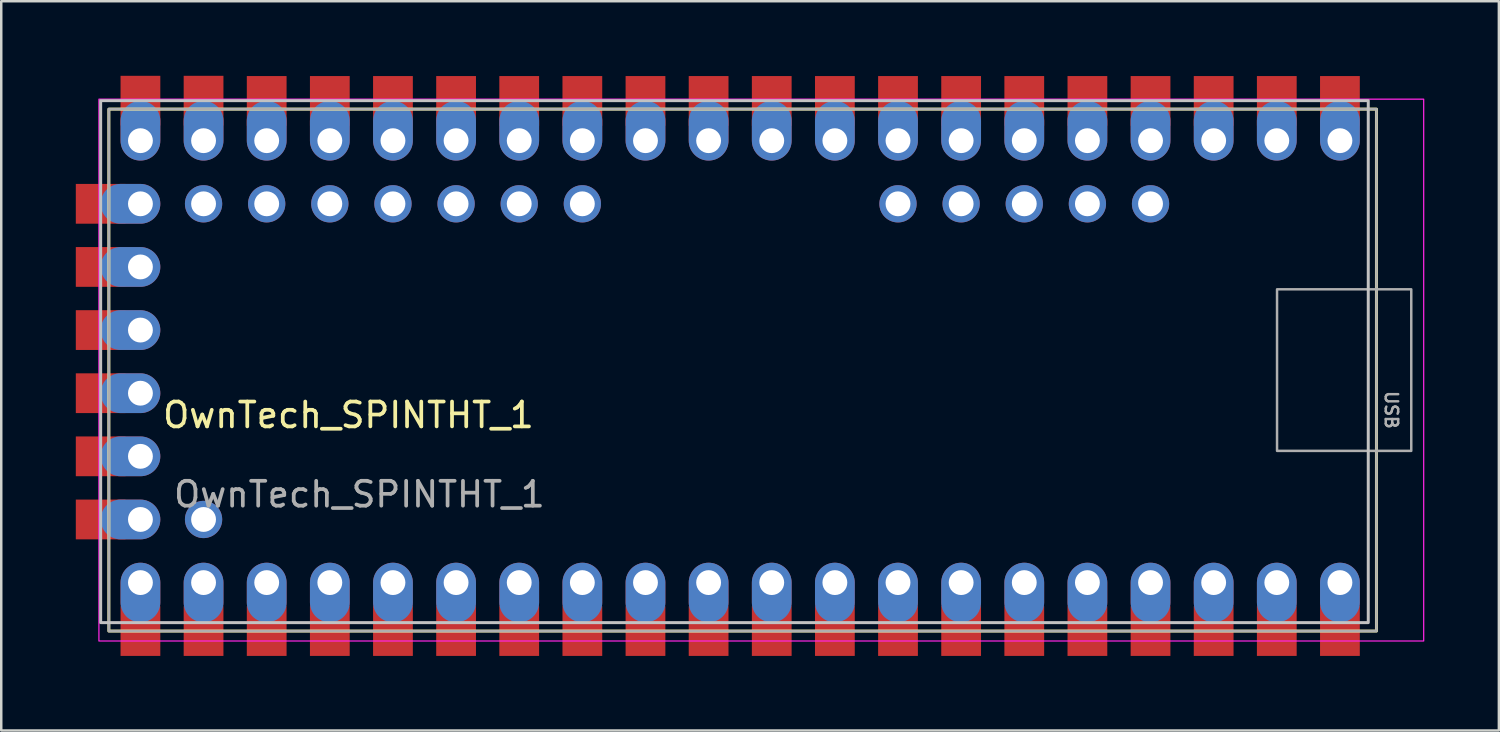
<source format=kicad_pcb>
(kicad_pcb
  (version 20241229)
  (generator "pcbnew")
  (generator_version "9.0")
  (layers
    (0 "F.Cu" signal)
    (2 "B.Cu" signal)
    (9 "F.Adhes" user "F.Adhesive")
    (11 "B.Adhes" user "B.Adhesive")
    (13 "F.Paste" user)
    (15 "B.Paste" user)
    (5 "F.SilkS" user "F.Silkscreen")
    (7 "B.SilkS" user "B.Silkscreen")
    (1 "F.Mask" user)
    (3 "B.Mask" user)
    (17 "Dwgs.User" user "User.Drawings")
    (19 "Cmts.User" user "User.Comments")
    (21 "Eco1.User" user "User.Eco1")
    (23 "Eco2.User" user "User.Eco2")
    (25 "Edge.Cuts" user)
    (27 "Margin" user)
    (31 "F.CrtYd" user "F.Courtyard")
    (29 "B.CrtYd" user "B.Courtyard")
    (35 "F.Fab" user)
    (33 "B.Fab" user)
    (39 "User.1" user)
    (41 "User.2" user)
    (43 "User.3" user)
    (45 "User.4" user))
  (footprint "OwnTech_SPINTHT_1"
    (layer "F.Cu")
    (at 2.6 2.61)
    (property "Reference" "OwnTech_SPINTHT_1" (at 8.37 11.04 0) (unlocked yes) (layer "F.SilkS") (effects (font (size 1 1) (thickness 0.15))))
    (attr smd)
    (fp_rect (start -1.27 -1.27) (end 49.73 19.73) (stroke (width 0.12) (type solid)) (fill no) (layer "F.SilkS"))
    (fp_rect (start -1.6 -1.61) (end 49.4 19.39) (stroke (width 0.12) (type solid)) (fill no) (layer "Dwgs.User"))
    (fp_rect (start -1.67 -1.67) (end 51.63 20.13) (stroke (width 0.05) (type solid)) (fill no) (layer "F.CrtYd"))
    (fp_rect (start -1.27 -1.27) (end 49.73 19.73) (stroke (width 0.1) (type solid)) (fill no) (layer "F.Fab"))
    (fp_rect (start 45.73 5.98) (end 51.13 12.48) (stroke (width 0.1) (type solid)) (fill no) (layer "F.Fab"))
    (fp_text user "USB" (at 50.33 10.83 270) (unlocked yes) (layer "F.Fab") (effects (font (size 0.5 0.5) (thickness 0.1))))
    (fp_text user "${REFERENCE}" (at 8.81 14.23 0) (unlocked yes) (layer "F.Fab") (effects (font (size 1 1) (thickness 0.15))))
    (pad "1" smd rect (at 48.26 -1.6) (size 1.6 2) (layers "F.Cu" "F.Mask" "F.Paste"))
    (pad "1" thru_hole oval (at 48.26 0) (size 1.6 2.4) (drill 1 (offset 0 -0.4)) (layers "*.Cu" "*.Mask"))
    (pad "2" smd rect (at 45.72 -1.6) (size 1.6 2) (layers "F.Cu" "F.Mask" "F.Paste"))
    (pad "2" thru_hole oval (at 45.72 0) (size 1.6 2.4) (drill 1 (offset 0 -0.4)) (layers "*.Cu" "*.Mask"))
    (pad "3" smd rect (at 43.18 -1.6) (size 1.6 2) (layers "F.Cu" "F.Mask" "F.Paste"))
    (pad "3" thru_hole oval (at 43.18 0) (size 1.6 2.4) (drill 1 (offset 0 -0.4)) (layers "*.Cu" "*.Mask"))
    (pad "4" smd rect (at 40.64 -1.6) (size 1.6 2) (layers "F.Cu" "F.Mask" "F.Paste"))
    (pad "4" thru_hole oval (at 40.64 0) (size 1.6 2.4) (drill 1 (offset 0 -0.4)) (layers "*.Cu" "*.Mask"))
    (pad "5" smd rect (at 38.1 -1.6) (size 1.6 2) (layers "F.Cu" "F.Mask" "F.Paste"))
    (pad "5" thru_hole oval (at 38.1 0) (size 1.6 2.4) (drill 1 (offset 0 -0.4)) (layers "*.Cu" "*.Mask"))
    (pad "6" smd rect (at 35.56 -1.6) (size 1.6 2) (layers "F.Cu" "F.Mask" "F.Paste"))
    (pad "6" thru_hole oval (at 35.56 0) (size 1.6 2.4) (drill 1 (offset 0 -0.4)) (layers "*.Cu" "*.Mask"))
    (pad "7" smd rect (at 33.02 -1.6) (size 1.6 2) (layers "F.Cu" "F.Mask" "F.Paste"))
    (pad "7" thru_hole oval (at 33.02 0) (size 1.6 2.4) (drill 1 (offset 0 -0.4)) (layers "*.Cu" "*.Mask"))
    (pad "8" smd rect (at 30.48 -1.6) (size 1.6 2) (layers "F.Cu" "F.Mask" "F.Paste"))
    (pad "8" thru_hole oval (at 30.48 0) (size 1.6 2.4) (drill 1 (offset 0 -0.4)) (layers "*.Cu" "*.Mask"))
    (pad "9" smd rect (at 27.94 -1.6) (size 1.6 2) (layers "F.Cu" "F.Mask" "F.Paste"))
    (pad "9" thru_hole oval (at 27.94 0) (size 1.6 2.4) (drill 1 (offset 0 -0.4)) (layers "*.Cu" "*.Mask"))
    (pad "10" smd rect (at 25.4 -1.6) (size 1.6 2) (layers "F.Cu" "F.Mask" "F.Paste"))
    (pad "10" thru_hole oval (at 25.4 0) (size 1.6 2.4) (drill 1 (offset 0 -0.4)) (layers "*.Cu" "*.Mask"))
    (pad "11" smd rect (at 22.86 -1.6) (size 1.6 2) (layers "F.Cu" "F.Mask" "F.Paste"))
    (pad "11" thru_hole oval (at 22.86 0) (size 1.6 2.4) (drill 1 (offset 0 -0.4)) (layers "*.Cu" "*.Mask"))
    (pad "12" smd rect (at 20.32 -1.6) (size 1.6 2) (layers "F.Cu" "F.Mask" "F.Paste"))
    (pad "12" thru_hole oval (at 20.32 0) (size 1.6 2.4) (drill 1 (offset 0 -0.4)) (layers "*.Cu" "*.Mask"))
    (pad "13" smd rect (at 17.78 -1.6) (size 1.6 2) (layers "F.Cu" "F.Mask" "F.Paste"))
    (pad "13" thru_hole oval (at 17.78 0) (size 1.6 2.4) (drill 1 (offset 0 -0.4)) (layers "*.Cu" "*.Mask"))
    (pad "14" smd rect (at 15.24 -1.6) (size 1.6 2) (layers "F.Cu" "F.Mask" "F.Paste"))
    (pad "14" thru_hole oval (at 15.24 0) (size 1.6 2.4) (drill 1 (offset 0 -0.4)) (layers "*.Cu" "*.Mask"))
    (pad "15" smd rect (at 12.7 -1.6) (size 1.6 2) (layers "F.Cu" "F.Mask" "F.Paste"))
    (pad "15" thru_hole oval (at 12.7 0) (size 1.6 2.4) (drill 1 (offset 0 -0.4)) (layers "*.Cu" "*.Mask"))
    (pad "16" smd rect (at 10.16 -1.6) (size 1.6 2) (layers "F.Cu" "F.Mask" "F.Paste"))
    (pad "16" thru_hole oval (at 10.16 0) (size 1.6 2.4) (drill 1 (offset 0 -0.4)) (layers "*.Cu" "*.Mask"))
    (pad "17" smd rect (at 7.62 -1.6) (size 1.6 2) (layers "F.Cu" "F.Mask" "F.Paste"))
    (pad "17" thru_hole oval (at 7.62 0) (size 1.6 2.4) (drill 1 (offset 0 -0.4)) (layers "*.Cu" "*.Mask"))
    (pad "18" smd rect (at 5.08 -1.6) (size 1.6 2) (layers "F.Cu" "F.Mask" "F.Paste"))
    (pad "18" thru_hole oval (at 5.08 0) (size 1.6 2.4) (drill 1 (offset 0 -0.4)) (layers "*.Cu" "*.Mask"))
    (pad "19" smd rect (at 2.54 -1.61) (size 1.6 2) (layers "F.Cu" "F.Mask" "F.Paste"))
    (pad "19" thru_hole oval (at 2.54 0) (size 1.6 2.4) (drill 1 (offset 0 -0.4)) (layers "*.Cu" "*.Mask"))
    (pad "20" smd rect (at 0 -1.61) (size 1.6 2) (layers "F.Cu" "F.Mask" "F.Paste"))
    (pad "20" thru_hole oval (at 0 0) (size 1.6 2.4) (drill 1 (offset 0 -0.4)) (layers "*.Cu" "*.Mask"))
    (pad "21" thru_hole oval (at 0 17.78 180) (size 1.6 2.4) (drill 1 (offset 0 -0.4)) (layers "*.Cu" "*.Mask"))
    (pad "21" smd rect (at 0 19.73 180) (size 1.6 2) (layers "F.Cu" "F.Mask" "F.Paste"))
    (pad "22" thru_hole oval (at 2.54 17.78 180) (size 1.6 2.4) (drill 1 (offset 0 -0.4)) (layers "*.Cu" "*.Mask"))
    (pad "22" smd rect (at 2.54 19.73 180) (size 1.6 2) (layers "F.Cu" "F.Mask" "F.Paste"))
    (pad "23" thru_hole oval (at 5.08 17.78 180) (size 1.6 2.4) (drill 1 (offset 0 -0.4)) (layers "*.Cu" "*.Mask"))
    (pad "23" smd rect (at 5.08 19.73 180) (size 1.6 2) (layers "F.Cu" "F.Mask" "F.Paste"))
    (pad "24" thru_hole oval (at 7.62 17.78 180) (size 1.6 2.4) (drill 1 (offset 0 -0.4)) (layers "*.Cu" "*.Mask"))
    (pad "24" smd rect (at 7.62 19.73 180) (size 1.6 2) (layers "F.Cu" "F.Mask" "F.Paste"))
    (pad "25" thru_hole oval (at 10.16 17.78 180) (size 1.6 2.4) (drill 1 (offset 0 -0.4)) (layers "*.Cu" "*.Mask"))
    (pad "25" smd rect (at 10.16 19.73 180) (size 1.6 2) (layers "F.Cu" "F.Mask" "F.Paste"))
    (pad "26" thru_hole oval (at 12.7 17.78 180) (size 1.6 2.4) (drill 1 (offset 0 -0.4)) (layers "*.Cu" "*.Mask"))
    (pad "26" smd rect (at 12.7 19.73 180) (size 1.6 2) (layers "F.Cu" "F.Mask" "F.Paste"))
    (pad "27" thru_hole oval (at 15.24 17.78 180) (size 1.6 2.4) (drill 1 (offset 0 -0.4)) (layers "*.Cu" "*.Mask"))
    (pad "27" smd rect (at 15.24 19.73 180) (size 1.6 2) (layers "F.Cu" "F.Mask" "F.Paste"))
    (pad "28" thru_hole oval (at 17.78 17.78 180) (size 1.6 2.4) (drill 1 (offset 0 -0.4)) (layers "*.Cu" "*.Mask"))
    (pad "28" smd rect (at 17.78 19.73 180) (size 1.6 2) (layers "F.Cu" "F.Mask" "F.Paste"))
    (pad "29" thru_hole oval (at 20.32 17.78 180) (size 1.6 2.4) (drill 1 (offset 0 -0.4)) (layers "*.Cu" "*.Mask"))
    (pad "29" smd rect (at 20.32 19.73 180) (size 1.6 2) (layers "F.Cu" "F.Mask" "F.Paste"))
    (pad "30" thru_hole oval (at 22.86 17.78 180) (size 1.6 2.4) (drill 1 (offset 0 -0.4)) (layers "*.Cu" "*.Mask"))
    (pad "30" smd rect (at 22.86 19.73 180) (size 1.6 2) (layers "F.Cu" "F.Mask" "F.Paste"))
    (pad "31" thru_hole oval (at 25.4 17.78 180) (size 1.6 2.4) (drill 1 (offset 0 -0.4)) (layers "*.Cu" "*.Mask"))
    (pad "31" smd rect (at 25.4 19.73 180) (size 1.6 2) (layers "F.Cu" "F.Mask" "F.Paste"))
    (pad "32" thru_hole oval (at 27.94 17.78 180) (size 1.6 2.4) (drill 1 (offset 0 -0.4)) (layers "*.Cu" "*.Mask"))
    (pad "32" smd rect (at 27.94 19.73 180) (size 1.6 2) (layers "F.Cu" "F.Mask" "F.Paste"))
    (pad "33" thru_hole oval (at 30.48 17.78 180) (size 1.6 2.4) (drill 1 (offset 0 -0.4)) (layers "*.Cu" "*.Mask"))
    (pad "33" smd rect (at 30.48 19.73 180) (size 1.6 2) (layers "F.Cu" "F.Mask" "F.Paste"))
    (pad "34" thru_hole oval (at 33.02 17.78 180) (size 1.6 2.4) (drill 1 (offset 0 -0.4)) (layers "*.Cu" "*.Mask"))
    (pad "34" smd rect (at 33.02 19.73 180) (size 1.6 2) (layers "F.Cu" "F.Mask" "F.Paste"))
    (pad "35" thru_hole oval (at 35.56 17.78 180) (size 1.6 2.4) (drill 1 (offset 0 -0.4)) (layers "*.Cu" "*.Mask"))
    (pad "35" smd rect (at 35.56 19.73 180) (size 1.6 2) (layers "F.Cu" "F.Mask" "F.Paste"))
    (pad "36" thru_hole oval (at 38.1 17.78 180) (size 1.6 2.4) (drill 1 (offset 0 -0.4)) (layers "*.Cu" "*.Mask"))
    (pad "36" smd rect (at 38.1 19.73 180) (size 1.6 2) (layers "F.Cu" "F.Mask" "F.Paste"))
    (pad "37" thru_hole oval (at 40.64 17.78 180) (size 1.6 2.4) (drill 1 (offset 0 -0.4)) (layers "*.Cu" "*.Mask"))
    (pad "37" smd rect (at 40.64 19.73 180) (size 1.6 2) (layers "F.Cu" "F.Mask" "F.Paste"))
    (pad "38" thru_hole oval (at 43.18 17.78 180) (size 1.6 2.4) (drill 1 (offset 0 -0.4)) (layers "*.Cu" "*.Mask"))
    (pad "38" smd rect (at 43.18 19.73 180) (size 1.6 2) (layers "F.Cu" "F.Mask" "F.Paste"))
    (pad "39" thru_hole oval (at 45.72 17.78 180) (size 1.6 2.4) (drill 1 (offset 0 -0.4)) (layers "*.Cu" "*.Mask"))
    (pad "39" smd rect (at 45.72 19.73 180) (size 1.6 2) (layers "F.Cu" "F.Mask" "F.Paste"))
    (pad "40" thru_hole oval (at 48.26 17.78 180) (size 1.6 2.4) (drill 1 (offset 0 -0.4)) (layers "*.Cu" "*.Mask"))
    (pad "40" smd rect (at 48.26 19.73 180) (size 1.6 2) (layers "F.Cu" "F.Mask" "F.Paste"))
    (pad "41" thru_hole circle (at 40.64 2.54 90) (size 1.5 1.5) (drill 1) (property pad_prop_castellated) (layers "*.Cu" "*.Mask"))
    (pad "42" thru_hole circle (at 38.1 2.54 90) (size 1.5 1.5) (drill 1) (property pad_prop_castellated) (layers "*.Cu" "*.Mask"))
    (pad "43" thru_hole circle (at 35.56 2.54 90) (size 1.5 1.5) (drill 1) (property pad_prop_castellated) (layers "*.Cu" "*.Mask"))
    (pad "44" thru_hole circle (at 33.02 2.54 90) (size 1.5 1.5) (drill 1) (property pad_prop_castellated) (layers "*.Cu" "*.Mask"))
    (pad "45" thru_hole circle (at 30.48 2.54 90) (size 1.5 1.5) (drill 1) (property pad_prop_castellated) (layers "*.Cu" "*.Mask"))
    (pad "46" thru_hole circle (at 17.78 2.54 90) (size 1.5 1.5) (drill 1) (property pad_prop_castellated) (layers "*.Cu" "*.Mask"))
    (pad "47" thru_hole circle (at 15.24 2.54 90) (size 1.5 1.5) (drill 1) (property pad_prop_castellated) (layers "*.Cu" "*.Mask"))
    (pad "48" thru_hole circle (at 12.7 2.54 90) (size 1.5 1.5) (drill 1) (property pad_prop_castellated) (layers "*.Cu" "*.Mask"))
    (pad "49" thru_hole circle (at 10.16 2.54 90) (size 1.5 1.5) (drill 1) (property pad_prop_castellated) (layers "*.Cu" "*.Mask"))
    (pad "50" thru_hole circle (at 7.62 2.54 90) (size 1.5 1.5) (drill 1) (property pad_prop_castellated) (layers "*.Cu" "*.Mask"))
    (pad "51" thru_hole circle (at 5.08 2.54 90) (size 1.5 1.5) (drill 1) (property pad_prop_castellated) (layers "*.Cu" "*.Mask"))
    (pad "52" thru_hole circle (at 2.54 2.54 90) (size 1.5 1.5) (drill 1) (property pad_prop_castellated) (layers "*.Cu" "*.Mask"))
    (pad "53" smd rect (at -1.6 2.54 90) (size 1.6 2) (layers "F.Cu" "F.Mask" "F.Paste"))
    (pad "53" thru_hole oval (at 0 2.54 90) (size 1.6 2.4) (drill 1 (offset 0 -0.4)) (layers "*.Cu" "*.Mask"))
    (pad "54" smd rect (at -1.6 5.08 90) (size 1.6 2) (layers "F.Cu" "F.Mask" "F.Paste"))
    (pad "54" thru_hole oval (at 0 5.08 90) (size 1.6 2.4) (drill 1 (offset 0 -0.4)) (layers "*.Cu" "*.Mask"))
    (pad "55" smd rect (at -1.6 7.62 90) (size 1.6 2) (layers "F.Cu" "F.Mask" "F.Paste"))
    (pad "55" thru_hole oval (at 0 7.62 90) (size 1.6 2.4) (drill 1 (offset 0 -0.4)) (layers "*.Cu" "*.Mask"))
    (pad "56" smd rect (at -1.6 10.16 90) (size 1.6 2) (layers "F.Cu" "F.Mask" "F.Paste"))
    (pad "56" thru_hole oval (at 0 10.16 90) (size 1.6 2.4) (drill 1 (offset 0 -0.4)) (layers "*.Cu" "*.Mask"))
    (pad "57" smd rect (at -1.6 12.7 90) (size 1.6 2) (layers "F.Cu" "F.Mask" "F.Paste"))
    (pad "57" thru_hole oval (at 0 12.7 90) (size 1.6 2.4) (drill 1 (offset 0 -0.4)) (layers "*.Cu" "*.Mask"))
    (pad "58" smd rect (at -1.6 15.24 90) (size 1.6 2) (layers "F.Cu" "F.Mask" "F.Paste"))
    (pad "58" thru_hole oval (at 0 15.24 90) (size 1.6 2.4) (drill 1 (offset 0 -0.4)) (layers "*.Cu" "*.Mask"))
    (pad "59" thru_hole circle (at 2.54 15.24 90) (size 1.5 1.5) (drill 1) (property pad_prop_castellated) (layers "*.Cu" "*.Mask")))
  (gr_rect
    (start -3 -3)
    (end 57.255 26.34)
    (stroke (width 0.1) (type default))
    (fill no)
    (layer "Edge.Cuts")))
</source>
